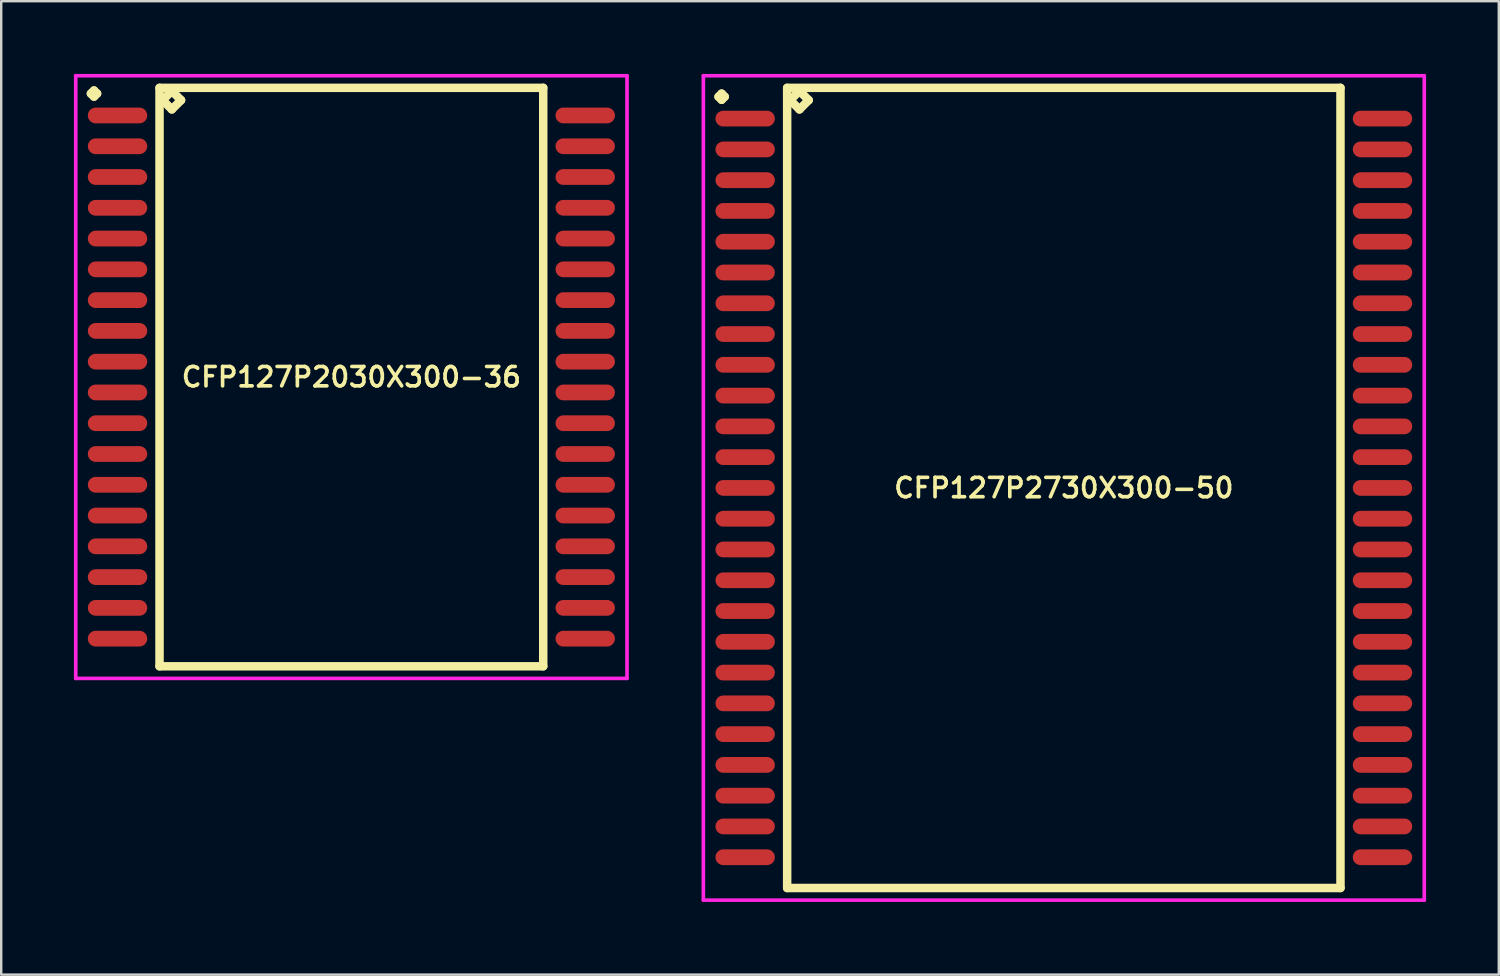
<source format=kicad_pcb>
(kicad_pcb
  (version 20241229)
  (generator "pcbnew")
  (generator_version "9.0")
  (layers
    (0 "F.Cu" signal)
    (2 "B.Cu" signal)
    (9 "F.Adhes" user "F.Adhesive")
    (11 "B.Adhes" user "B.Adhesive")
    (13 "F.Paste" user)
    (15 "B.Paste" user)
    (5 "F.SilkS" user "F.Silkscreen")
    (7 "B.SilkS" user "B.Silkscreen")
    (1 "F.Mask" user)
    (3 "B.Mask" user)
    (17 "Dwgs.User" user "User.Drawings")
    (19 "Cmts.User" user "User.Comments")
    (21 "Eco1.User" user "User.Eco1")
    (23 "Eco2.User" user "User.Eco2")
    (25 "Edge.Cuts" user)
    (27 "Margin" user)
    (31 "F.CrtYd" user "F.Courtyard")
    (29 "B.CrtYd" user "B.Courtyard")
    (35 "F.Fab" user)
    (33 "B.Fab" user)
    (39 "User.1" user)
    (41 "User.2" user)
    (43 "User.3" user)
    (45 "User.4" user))
  (footprint "CFP127P2730X300-50"
    (layer "F.Cu")
    (at 40.85 17.085)
    (property "Reference" "CFP127P2730X300-50" (at 0 0 0) (layer "F.SilkS") (effects (font (size 0.8 0.8) (thickness 0.15))))
    (attr smd)
    (fp_line (start -14.248 -16.144) (end -14.121 -16.271) (stroke (width 0.35) (type solid)) (layer "F.SilkS"))
    (fp_line (start -14.121 -16.271) (end -13.994 -16.144) (stroke (width 0.35) (type solid)) (layer "F.SilkS"))
    (fp_line (start -14.121 -16.017) (end -14.248 -16.144) (stroke (width 0.35) (type solid)) (layer "F.SilkS"))
    (fp_line (start -13.994 -16.144) (end -14.121 -16.017) (stroke (width 0.35) (type solid)) (layer "F.SilkS"))
    (fp_line (start -11.417 -16.51) (end -11.417 16.51) (stroke (width 0.35) (type solid)) (layer "F.SilkS"))
    (fp_line (start -11.417 16.51) (end 11.417 16.51) (stroke (width 0.35) (type solid)) (layer "F.SilkS"))
    (fp_line (start -11.29 -16.002) (end -10.909 -16.383) (stroke (width 0.35) (type solid)) (layer "F.SilkS"))
    (fp_line (start -10.909 -16.383) (end -10.528 -16.002) (stroke (width 0.35) (type solid)) (layer "F.SilkS"))
    (fp_line (start -10.909 -15.621) (end -11.29 -16.002) (stroke (width 0.35) (type solid)) (layer "F.SilkS"))
    (fp_line (start -10.528 -16.002) (end -10.909 -15.621) (stroke (width 0.35) (type solid)) (layer "F.SilkS"))
    (fp_line (start 11.417 -16.51) (end -11.417 -16.51) (stroke (width 0.35) (type solid)) (layer "F.SilkS"))
    (fp_line (start 11.417 16.51) (end 11.417 -16.51) (stroke (width 0.35) (type solid)) (layer "F.SilkS"))
    (fp_line (start -14.875 -17.01) (end 14.875 -17.01) (stroke (width 0.15) (type solid)) (layer "F.CrtYd"))
    (fp_line (start -14.875 17.01) (end -14.875 -17.01) (stroke (width 0.15) (type solid)) (layer "F.CrtYd"))
    (fp_line (start 14.875 -17.01) (end 14.875 17.01) (stroke (width 0.15) (type solid)) (layer "F.CrtYd"))
    (fp_line (start 14.875 17.01) (end -14.875 17.01) (stroke (width 0.15) (type solid)) (layer "F.CrtYd"))
    (pad "1" smd oval (at -13.15 -15.24) (size 2.45 0.65) (layers "F.Cu" "F.Mask" "F.Paste"))
    (pad "2" smd oval (at -13.15 -13.97) (size 2.45 0.65) (layers "F.Cu" "F.Mask" "F.Paste"))
    (pad "3" smd oval (at -13.15 -12.7) (size 2.45 0.65) (layers "F.Cu" "F.Mask" "F.Paste"))
    (pad "4" smd oval (at -13.15 -11.43) (size 2.45 0.65) (layers "F.Cu" "F.Mask" "F.Paste"))
    (pad "5" smd oval (at -13.15 -10.16) (size 2.45 0.65) (layers "F.Cu" "F.Mask" "F.Paste"))
    (pad "6" smd oval (at -13.15 -8.89) (size 2.45 0.65) (layers "F.Cu" "F.Mask" "F.Paste"))
    (pad "7" smd oval (at -13.15 -7.62) (size 2.45 0.65) (layers "F.Cu" "F.Mask" "F.Paste"))
    (pad "8" smd oval (at -13.15 -6.35) (size 2.45 0.65) (layers "F.Cu" "F.Mask" "F.Paste"))
    (pad "9" smd oval (at -13.15 -5.08) (size 2.45 0.65) (layers "F.Cu" "F.Mask" "F.Paste"))
    (pad "10" smd oval (at -13.15 -3.81) (size 2.45 0.65) (layers "F.Cu" "F.Mask" "F.Paste"))
    (pad "11" smd oval (at -13.15 -2.54) (size 2.45 0.65) (layers "F.Cu" "F.Mask" "F.Paste"))
    (pad "12" smd oval (at -13.15 -1.27) (size 2.45 0.65) (layers "F.Cu" "F.Mask" "F.Paste"))
    (pad "13" smd oval (at -13.15 0) (size 2.45 0.65) (layers "F.Cu" "F.Mask" "F.Paste"))
    (pad "14" smd oval (at -13.15 1.27) (size 2.45 0.65) (layers "F.Cu" "F.Mask" "F.Paste"))
    (pad "15" smd oval (at -13.15 2.54) (size 2.45 0.65) (layers "F.Cu" "F.Mask" "F.Paste"))
    (pad "16" smd oval (at -13.15 3.81) (size 2.45 0.65) (layers "F.Cu" "F.Mask" "F.Paste"))
    (pad "17" smd oval (at -13.15 5.08) (size 2.45 0.65) (layers "F.Cu" "F.Mask" "F.Paste"))
    (pad "18" smd oval (at -13.15 6.35) (size 2.45 0.65) (layers "F.Cu" "F.Mask" "F.Paste"))
    (pad "19" smd oval (at -13.15 7.62) (size 2.45 0.65) (layers "F.Cu" "F.Mask" "F.Paste"))
    (pad "20" smd oval (at -13.15 8.89) (size 2.45 0.65) (layers "F.Cu" "F.Mask" "F.Paste"))
    (pad "21" smd oval (at -13.15 10.16) (size 2.45 0.65) (layers "F.Cu" "F.Mask" "F.Paste"))
    (pad "22" smd oval (at -13.15 11.43) (size 2.45 0.65) (layers "F.Cu" "F.Mask" "F.Paste"))
    (pad "23" smd oval (at -13.15 12.7) (size 2.45 0.65) (layers "F.Cu" "F.Mask" "F.Paste"))
    (pad "24" smd oval (at -13.15 13.97) (size 2.45 0.65) (layers "F.Cu" "F.Mask" "F.Paste"))
    (pad "25" smd oval (at -13.15 15.24) (size 2.45 0.65) (layers "F.Cu" "F.Mask" "F.Paste"))
    (pad "26" smd oval (at 13.15 15.24) (size 2.45 0.65) (layers "F.Cu" "F.Mask" "F.Paste"))
    (pad "27" smd oval (at 13.15 13.97) (size 2.45 0.65) (layers "F.Cu" "F.Mask" "F.Paste"))
    (pad "28" smd oval (at 13.15 12.7) (size 2.45 0.65) (layers "F.Cu" "F.Mask" "F.Paste"))
    (pad "29" smd oval (at 13.15 11.43) (size 2.45 0.65) (layers "F.Cu" "F.Mask" "F.Paste"))
    (pad "30" smd oval (at 13.15 10.16) (size 2.45 0.65) (layers "F.Cu" "F.Mask" "F.Paste"))
    (pad "31" smd oval (at 13.15 8.89) (size 2.45 0.65) (layers "F.Cu" "F.Mask" "F.Paste"))
    (pad "32" smd oval (at 13.15 7.62) (size 2.45 0.65) (layers "F.Cu" "F.Mask" "F.Paste"))
    (pad "33" smd oval (at 13.15 6.35) (size 2.45 0.65) (layers "F.Cu" "F.Mask" "F.Paste"))
    (pad "34" smd oval (at 13.15 5.08) (size 2.45 0.65) (layers "F.Cu" "F.Mask" "F.Paste"))
    (pad "35" smd oval (at 13.15 3.81) (size 2.45 0.65) (layers "F.Cu" "F.Mask" "F.Paste"))
    (pad "36" smd oval (at 13.15 2.54) (size 2.45 0.65) (layers "F.Cu" "F.Mask" "F.Paste"))
    (pad "37" smd oval (at 13.15 1.27) (size 2.45 0.65) (layers "F.Cu" "F.Mask" "F.Paste"))
    (pad "38" smd oval (at 13.15 0) (size 2.45 0.65) (layers "F.Cu" "F.Mask" "F.Paste"))
    (pad "39" smd oval (at 13.15 -1.27) (size 2.45 0.65) (layers "F.Cu" "F.Mask" "F.Paste"))
    (pad "40" smd oval (at 13.15 -2.54) (size 2.45 0.65) (layers "F.Cu" "F.Mask" "F.Paste"))
    (pad "41" smd oval (at 13.15 -3.81) (size 2.45 0.65) (layers "F.Cu" "F.Mask" "F.Paste"))
    (pad "42" smd oval (at 13.15 -5.08) (size 2.45 0.65) (layers "F.Cu" "F.Mask" "F.Paste"))
    (pad "43" smd oval (at 13.15 -6.35) (size 2.45 0.65) (layers "F.Cu" "F.Mask" "F.Paste"))
    (pad "44" smd oval (at 13.15 -7.62) (size 2.45 0.65) (layers "F.Cu" "F.Mask" "F.Paste"))
    (pad "45" smd oval (at 13.15 -8.89) (size 2.45 0.65) (layers "F.Cu" "F.Mask" "F.Paste"))
    (pad "46" smd oval (at 13.15 -10.16) (size 2.45 0.65) (layers "F.Cu" "F.Mask" "F.Paste"))
    (pad "47" smd oval (at 13.15 -11.43) (size 2.45 0.65) (layers "F.Cu" "F.Mask" "F.Paste"))
    (pad "48" smd oval (at 13.15 -12.7) (size 2.45 0.65) (layers "F.Cu" "F.Mask" "F.Paste"))
    (pad "49" smd oval (at 13.15 -13.97) (size 2.45 0.65) (layers "F.Cu" "F.Mask" "F.Paste"))
    (pad "50" smd oval (at 13.15 -15.24) (size 2.45 0.65) (layers "F.Cu" "F.Mask" "F.Paste")))
  (footprint "CFP127P2030X300-36"
    (layer "F.Cu")
    (at 11.45 12.51)
    (property "Reference" "CFP127P2030X300-36" (at 0 0 0) (layer "F.SilkS") (effects (font (size 0.8 0.8) (thickness 0.15))))
    (attr smd)
    (fp_line (start -10.748 -11.699) (end -10.621 -11.826) (stroke (width 0.35) (type solid)) (layer "F.SilkS"))
    (fp_line (start -10.621 -11.826) (end -10.494 -11.699) (stroke (width 0.35) (type solid)) (layer "F.SilkS"))
    (fp_line (start -10.621 -11.572) (end -10.748 -11.699) (stroke (width 0.35) (type solid)) (layer "F.SilkS"))
    (fp_line (start -10.494 -11.699) (end -10.621 -11.572) (stroke (width 0.35) (type solid)) (layer "F.SilkS"))
    (fp_line (start -7.917 -11.935) (end -7.917 11.935) (stroke (width 0.35) (type solid)) (layer "F.SilkS"))
    (fp_line (start -7.917 11.935) (end 7.917 11.935) (stroke (width 0.35) (type solid)) (layer "F.SilkS"))
    (fp_line (start -7.79 -11.427) (end -7.409 -11.808) (stroke (width 0.35) (type solid)) (layer "F.SilkS"))
    (fp_line (start -7.409 -11.808) (end -7.028 -11.427) (stroke (width 0.35) (type solid)) (layer "F.SilkS"))
    (fp_line (start -7.409 -11.046) (end -7.79 -11.427) (stroke (width 0.35) (type solid)) (layer "F.SilkS"))
    (fp_line (start -7.028 -11.427) (end -7.409 -11.046) (stroke (width 0.35) (type solid)) (layer "F.SilkS"))
    (fp_line (start 7.917 -11.935) (end -7.917 -11.935) (stroke (width 0.35) (type solid)) (layer "F.SilkS"))
    (fp_line (start 7.917 11.935) (end 7.917 -11.935) (stroke (width 0.35) (type solid)) (layer "F.SilkS"))
    (fp_line (start -11.375 -12.435) (end 11.375 -12.435) (stroke (width 0.15) (type solid)) (layer "F.CrtYd"))
    (fp_line (start -11.375 12.435) (end -11.375 -12.435) (stroke (width 0.15) (type solid)) (layer "F.CrtYd"))
    (fp_line (start 11.375 -12.435) (end 11.375 12.435) (stroke (width 0.15) (type solid)) (layer "F.CrtYd"))
    (fp_line (start 11.375 12.435) (end -11.375 12.435) (stroke (width 0.15) (type solid)) (layer "F.CrtYd"))
    (pad "1" smd oval (at -9.65 -10.795) (size 2.45 0.65) (layers "F.Cu" "F.Mask" "F.Paste"))
    (pad "2" smd oval (at -9.65 -9.525) (size 2.45 0.65) (layers "F.Cu" "F.Mask" "F.Paste"))
    (pad "3" smd oval (at -9.65 -8.255) (size 2.45 0.65) (layers "F.Cu" "F.Mask" "F.Paste"))
    (pad "4" smd oval (at -9.65 -6.985) (size 2.45 0.65) (layers "F.Cu" "F.Mask" "F.Paste"))
    (pad "5" smd oval (at -9.65 -5.715) (size 2.45 0.65) (layers "F.Cu" "F.Mask" "F.Paste"))
    (pad "6" smd oval (at -9.65 -4.445) (size 2.45 0.65) (layers "F.Cu" "F.Mask" "F.Paste"))
    (pad "7" smd oval (at -9.65 -3.175) (size 2.45 0.65) (layers "F.Cu" "F.Mask" "F.Paste"))
    (pad "8" smd oval (at -9.65 -1.905) (size 2.45 0.65) (layers "F.Cu" "F.Mask" "F.Paste"))
    (pad "9" smd oval (at -9.65 -0.635) (size 2.45 0.65) (layers "F.Cu" "F.Mask" "F.Paste"))
    (pad "10" smd oval (at -9.65 0.635) (size 2.45 0.65) (layers "F.Cu" "F.Mask" "F.Paste"))
    (pad "11" smd oval (at -9.65 1.905) (size 2.45 0.65) (layers "F.Cu" "F.Mask" "F.Paste"))
    (pad "12" smd oval (at -9.65 3.175) (size 2.45 0.65) (layers "F.Cu" "F.Mask" "F.Paste"))
    (pad "13" smd oval (at -9.65 4.445) (size 2.45 0.65) (layers "F.Cu" "F.Mask" "F.Paste"))
    (pad "14" smd oval (at -9.65 5.715) (size 2.45 0.65) (layers "F.Cu" "F.Mask" "F.Paste"))
    (pad "15" smd oval (at -9.65 6.985) (size 2.45 0.65) (layers "F.Cu" "F.Mask" "F.Paste"))
    (pad "16" smd oval (at -9.65 8.255) (size 2.45 0.65) (layers "F.Cu" "F.Mask" "F.Paste"))
    (pad "17" smd oval (at -9.65 9.525) (size 2.45 0.65) (layers "F.Cu" "F.Mask" "F.Paste"))
    (pad "18" smd oval (at -9.65 10.795) (size 2.45 0.65) (layers "F.Cu" "F.Mask" "F.Paste"))
    (pad "19" smd oval (at 9.65 10.795) (size 2.45 0.65) (layers "F.Cu" "F.Mask" "F.Paste"))
    (pad "20" smd oval (at 9.65 9.525) (size 2.45 0.65) (layers "F.Cu" "F.Mask" "F.Paste"))
    (pad "21" smd oval (at 9.65 8.255) (size 2.45 0.65) (layers "F.Cu" "F.Mask" "F.Paste"))
    (pad "22" smd oval (at 9.65 6.985) (size 2.45 0.65) (layers "F.Cu" "F.Mask" "F.Paste"))
    (pad "23" smd oval (at 9.65 5.715) (size 2.45 0.65) (layers "F.Cu" "F.Mask" "F.Paste"))
    (pad "24" smd oval (at 9.65 4.445) (size 2.45 0.65) (layers "F.Cu" "F.Mask" "F.Paste"))
    (pad "25" smd oval (at 9.65 3.175) (size 2.45 0.65) (layers "F.Cu" "F.Mask" "F.Paste"))
    (pad "26" smd oval (at 9.65 1.905) (size 2.45 0.65) (layers "F.Cu" "F.Mask" "F.Paste"))
    (pad "27" smd oval (at 9.65 0.635) (size 2.45 0.65) (layers "F.Cu" "F.Mask" "F.Paste"))
    (pad "28" smd oval (at 9.65 -0.635) (size 2.45 0.65) (layers "F.Cu" "F.Mask" "F.Paste"))
    (pad "29" smd oval (at 9.65 -1.905) (size 2.45 0.65) (layers "F.Cu" "F.Mask" "F.Paste"))
    (pad "30" smd oval (at 9.65 -3.175) (size 2.45 0.65) (layers "F.Cu" "F.Mask" "F.Paste"))
    (pad "31" smd oval (at 9.65 -4.445) (size 2.45 0.65) (layers "F.Cu" "F.Mask" "F.Paste"))
    (pad "32" smd oval (at 9.65 -5.715) (size 2.45 0.65) (layers "F.Cu" "F.Mask" "F.Paste"))
    (pad "33" smd oval (at 9.65 -6.985) (size 2.45 0.65) (layers "F.Cu" "F.Mask" "F.Paste"))
    (pad "34" smd oval (at 9.65 -8.255) (size 2.45 0.65) (layers "F.Cu" "F.Mask" "F.Paste"))
    (pad "35" smd oval (at 9.65 -9.525) (size 2.45 0.65) (layers "F.Cu" "F.Mask" "F.Paste"))
    (pad "36" smd oval (at 9.65 -10.795) (size 2.45 0.65) (layers "F.Cu" "F.Mask" "F.Paste")))
  (gr_rect
    (start -3 -3)
    (end 58.8 37.17)
    (stroke (width 0.1) (type default))
    (fill no)
    (layer "Edge.Cuts")))
</source>
